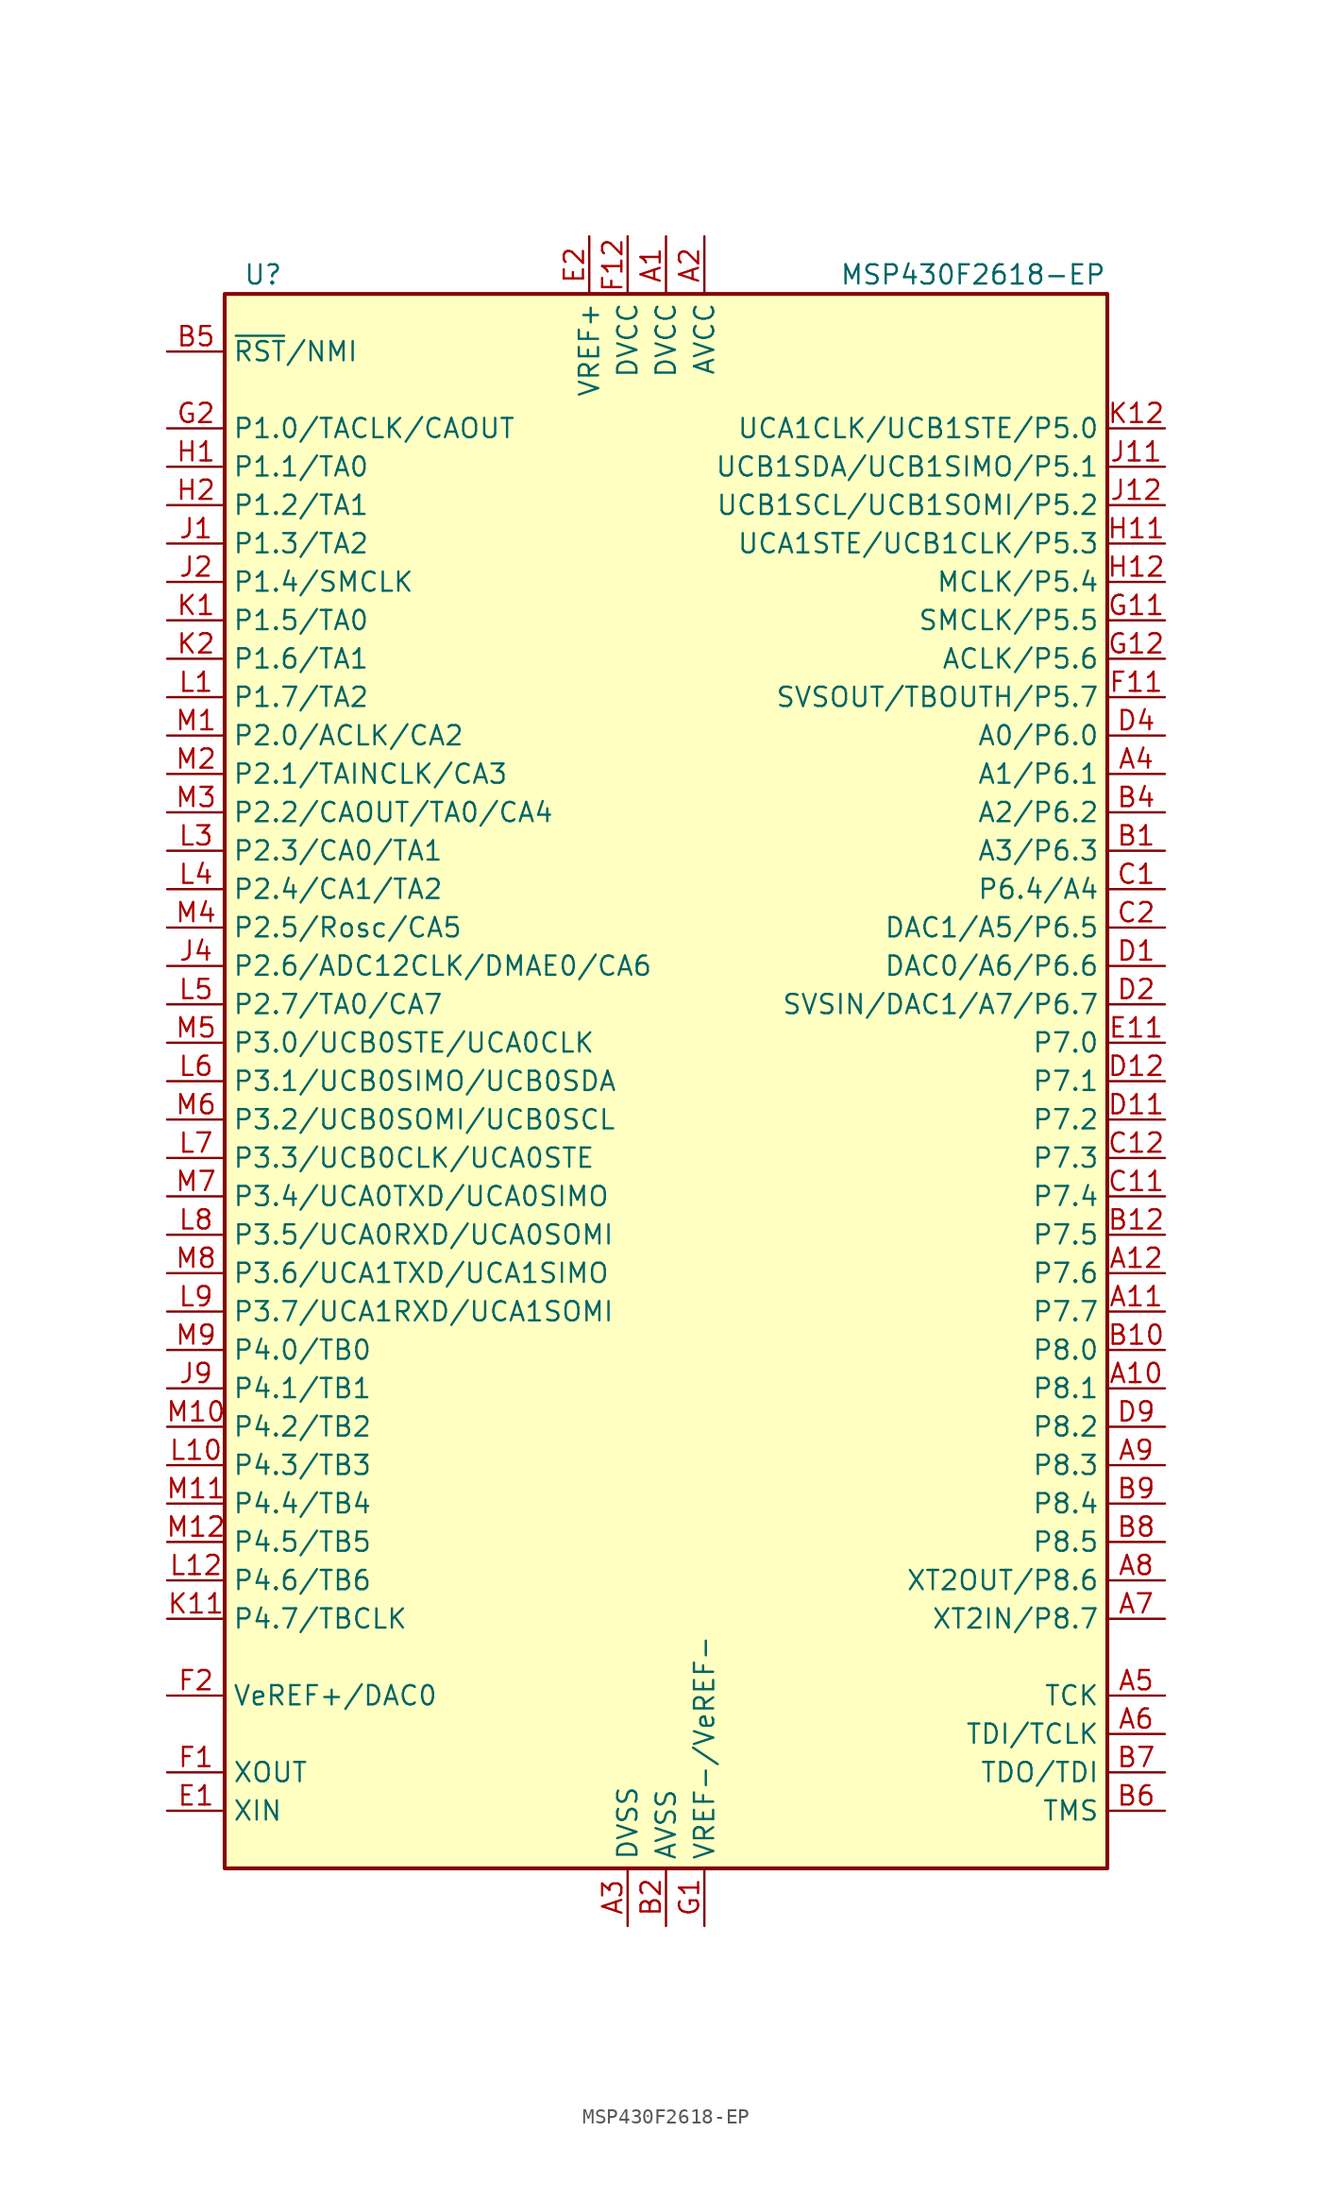
<source format=kicad_sym>
(kicad_symbol_lib
  (version 20201005)
  (generator kicad_symbol_editor)
  (symbol "MCU_Texas_MSP430:MSP430F2618-EP"
    (property "Reference" "U"
      (at -26.67 53.34 0)
      (effects (font (size 1.27 1.27))))
    (property "Value" "MSP430F2618-EP"
      (at 20.32 53.34 0)
      (effects (font (size 1.27 1.27))))
    (symbol "MSP430F2618-EP_0_1"
      (rectangle (start -29.21 52.07) (end 29.21 -52.07) (stroke (width 0.254)) (fill (type background))))
    (symbol "MSP430F2618-EP_1_1"
      (pin power_in line (at 0 55.88 270) (length 3.81) (name "DVCC" (effects (font (size 1.27 1.27)))) (number "A1" (effects (font (size 1.27 1.27)))))
      (pin bidirectional line (at 33.02 -20.32 180) (length 3.81) (name "P8.1" (effects (font (size 1.27 1.27)))) (number "A10" (effects (font (size 1.27 1.27)))))
      (pin bidirectional line (at 33.02 -15.24 180) (length 3.81) (name "P7.7" (effects (font (size 1.27 1.27)))) (number "A11" (effects (font (size 1.27 1.27)))))
      (pin bidirectional line (at 33.02 -12.7 180) (length 3.81) (name "P7.6" (effects (font (size 1.27 1.27)))) (number "A12" (effects (font (size 1.27 1.27)))))
      (pin power_in line (at 2.54 55.88 270) (length 3.81) (name "AVCC" (effects (font (size 1.27 1.27)))) (number "A2" (effects (font (size 1.27 1.27)))))
      (pin power_in line (at -2.54 -55.88 90) (length 3.81) (name "DVSS" (effects (font (size 1.27 1.27)))) (number "A3" (effects (font (size 1.27 1.27)))))
      (pin bidirectional line (at 33.02 20.32 180) (length 3.81) (name "A1/P6.1" (effects (font (size 1.27 1.27)))) (number "A4" (effects (font (size 1.27 1.27)))))
      (pin input line (at 33.02 -40.64 180) (length 3.81) (name "TCK" (effects (font (size 1.27 1.27)))) (number "A5" (effects (font (size 1.27 1.27)))))
      (pin input line (at 33.02 -43.18 180) (length 3.81) (name "TDI/TCLK" (effects (font (size 1.27 1.27)))) (number "A6" (effects (font (size 1.27 1.27)))))
      (pin bidirectional line (at 33.02 -35.56 180) (length 3.81) (name "XT2IN/P8.7" (effects (font (size 1.27 1.27)))) (number "A7" (effects (font (size 1.27 1.27)))))
      (pin bidirectional line (at 33.02 -33.02 180) (length 3.81) (name "XT2OUT/P8.6" (effects (font (size 1.27 1.27)))) (number "A8" (effects (font (size 1.27 1.27)))))
      (pin bidirectional line (at 33.02 -25.4 180) (length 3.81) (name "P8.3" (effects (font (size 1.27 1.27)))) (number "A9" (effects (font (size 1.27 1.27)))))
      (pin bidirectional line (at 33.02 15.24 180) (length 3.81) (name "A3/P6.3" (effects (font (size 1.27 1.27)))) (number "B1" (effects (font (size 1.27 1.27)))))
      (pin bidirectional line (at 33.02 -17.78 180) (length 3.81) (name "P8.0" (effects (font (size 1.27 1.27)))) (number "B10" (effects (font (size 1.27 1.27)))))
      (pin power_in line (at -2.54 -55.88 90) (length 3.81) hide (name "DVSS" (effects (font (size 1.27 1.27)))) (number "B11" (effects (font (size 1.27 1.27)))))
      (pin bidirectional line (at 33.02 -10.16 180) (length 3.81) (name "P7.5" (effects (font (size 1.27 1.27)))) (number "B12" (effects (font (size 1.27 1.27)))))
      (pin power_in line (at 0 -55.88 90) (length 3.81) (name "AVSS" (effects (font (size 1.27 1.27)))) (number "B2" (effects (font (size 1.27 1.27)))))
      (pin power_in line (at 0 -55.88 90) (length 3.81) hide (name "AVSS" (effects (font (size 1.27 1.27)))) (number "B3" (effects (font (size 1.27 1.27)))))
      (pin bidirectional line (at 33.02 17.78 180) (length 3.81) (name "A2/P6.2" (effects (font (size 1.27 1.27)))) (number "B4" (effects (font (size 1.27 1.27)))))
      (pin input line (at -33.02 48.26 0) (length 3.81) (name "~RST~/NMI" (effects (font (size 1.27 1.27)))) (number "B5" (effects (font (size 1.27 1.27)))))
      (pin input line (at 33.02 -48.26 180) (length 3.81) (name "TMS" (effects (font (size 1.27 1.27)))) (number "B6" (effects (font (size 1.27 1.27)))))
      (pin bidirectional line (at 33.02 -45.72 180) (length 3.81) (name "TDO/TDI" (effects (font (size 1.27 1.27)))) (number "B7" (effects (font (size 1.27 1.27)))))
      (pin bidirectional line (at 33.02 -30.48 180) (length 3.81) (name "P8.5" (effects (font (size 1.27 1.27)))) (number "B8" (effects (font (size 1.27 1.27)))))
      (pin bidirectional line (at 33.02 -27.94 180) (length 3.81) (name "P8.4" (effects (font (size 1.27 1.27)))) (number "B9" (effects (font (size 1.27 1.27)))))
      (pin bidirectional line (at 33.02 12.7 180) (length 3.81) (name "P6.4/A4" (effects (font (size 1.27 1.27)))) (number "C1" (effects (font (size 1.27 1.27)))))
      (pin bidirectional line (at 33.02 -7.62 180) (length 3.81) (name "P7.4" (effects (font (size 1.27 1.27)))) (number "C11" (effects (font (size 1.27 1.27)))))
      (pin bidirectional line (at 33.02 -5.08 180) (length 3.81) (name "P7.3" (effects (font (size 1.27 1.27)))) (number "C12" (effects (font (size 1.27 1.27)))))
      (pin bidirectional line (at 33.02 10.16 180) (length 3.81) (name "DAC1/A5/P6.5" (effects (font (size 1.27 1.27)))) (number "C2" (effects (font (size 1.27 1.27)))))
      (pin bidirectional line (at 33.02 10.16 180) (length 3.81) hide (name "DAC1/A5/P6.5" (effects (font (size 1.27 1.27)))) (number "C3" (effects (font (size 1.27 1.27)))))
      (pin bidirectional line (at 33.02 7.62 180) (length 3.81) (name "DAC0/A6/P6.6" (effects (font (size 1.27 1.27)))) (number "D1" (effects (font (size 1.27 1.27)))))
      (pin bidirectional line (at 33.02 -2.54 180) (length 3.81) (name "P7.2" (effects (font (size 1.27 1.27)))) (number "D11" (effects (font (size 1.27 1.27)))))
      (pin bidirectional line (at 33.02 0 180) (length 3.81) (name "P7.1" (effects (font (size 1.27 1.27)))) (number "D12" (effects (font (size 1.27 1.27)))))
      (pin bidirectional line (at 33.02 5.08 180) (length 3.81) (name "SVSIN/DAC1/A7/P6.7" (effects (font (size 1.27 1.27)))) (number "D2" (effects (font (size 1.27 1.27)))))
      (pin bidirectional line (at 33.02 22.86 180) (length 3.81) (name "A0/P6.0" (effects (font (size 1.27 1.27)))) (number "D4" (effects (font (size 1.27 1.27)))))
      (pin power_in line (at -2.54 -55.88 90) (length 3.81) hide (name "DVSS" (effects (font (size 1.27 1.27)))) (number "D5" (effects (font (size 1.27 1.27)))))
      (pin power_in line (at -2.54 -55.88 90) (length 3.81) hide (name "DVSS" (effects (font (size 1.27 1.27)))) (number "D6" (effects (font (size 1.27 1.27)))))
      (pin power_in line (at -2.54 -55.88 90) (length 3.81) hide (name "DVSS" (effects (font (size 1.27 1.27)))) (number "D7" (effects (font (size 1.27 1.27)))))
      (pin power_in line (at -2.54 -55.88 90) (length 3.81) hide (name "DVSS" (effects (font (size 1.27 1.27)))) (number "D8" (effects (font (size 1.27 1.27)))))
      (pin bidirectional line (at 33.02 -22.86 180) (length 3.81) (name "P8.2" (effects (font (size 1.27 1.27)))) (number "D9" (effects (font (size 1.27 1.27)))))
      (pin input line (at -33.02 -48.26 0) (length 3.81) (name "XIN" (effects (font (size 1.27 1.27)))) (number "E1" (effects (font (size 1.27 1.27)))))
      (pin power_in line (at 33.02 2.54 180) (length 3.81) (name "P7.0" (effects (font (size 1.27 1.27)))) (number "E11" (effects (font (size 1.27 1.27)))))
      (pin power_in line (at -2.54 -55.88 90) (length 3.81) hide (name "DVSS" (effects (font (size 1.27 1.27)))) (number "E12" (effects (font (size 1.27 1.27)))))
      (pin power_in line (at -5.08 55.88 270) (length 3.81) (name "VREF+" (effects (font (size 1.27 1.27)))) (number "E2" (effects (font (size 1.27 1.27)))))
      (pin power_in line (at -2.54 -55.88 90) (length 3.81) hide (name "DVSS" (effects (font (size 1.27 1.27)))) (number "E4" (effects (font (size 1.27 1.27)))))
      (pin power_in line (at -2.54 -55.88 90) (length 3.81) hide (name "DVSS" (effects (font (size 1.27 1.27)))) (number "E5" (effects (font (size 1.27 1.27)))))
      (pin power_in line (at -2.54 -55.88 90) (length 3.81) hide (name "DVSS" (effects (font (size 1.27 1.27)))) (number "E6" (effects (font (size 1.27 1.27)))))
      (pin power_in line (at -2.54 -55.88 90) (length 3.81) hide (name "DVSS" (effects (font (size 1.27 1.27)))) (number "E7" (effects (font (size 1.27 1.27)))))
      (pin power_in line (at -2.54 -55.88 90) (length 3.81) hide (name "DVSS" (effects (font (size 1.27 1.27)))) (number "E8" (effects (font (size 1.27 1.27)))))
      (pin power_in line (at -2.54 -55.88 90) (length 3.81) hide (name "DVSS" (effects (font (size 1.27 1.27)))) (number "E9" (effects (font (size 1.27 1.27)))))
      (pin output line (at -33.02 -45.72 0) (length 3.81) (name "XOUT" (effects (font (size 1.27 1.27)))) (number "F1" (effects (font (size 1.27 1.27)))))
      (pin bidirectional line (at 33.02 25.4 180) (length 3.81) (name "SVSOUT/TBOUTH/P5.7" (effects (font (size 1.27 1.27)))) (number "F11" (effects (font (size 1.27 1.27)))))
      (pin power_in line (at -2.54 55.88 270) (length 3.81) (name "DVCC" (effects (font (size 1.27 1.27)))) (number "F12" (effects (font (size 1.27 1.27)))))
      (pin bidirectional line (at -33.02 -40.64 0) (length 3.81) (name "VeREF+/DAC0" (effects (font (size 1.27 1.27)))) (number "F2" (effects (font (size 1.27 1.27)))))
      (pin power_in line (at -2.54 -55.88 90) (length 3.81) hide (name "DVSS" (effects (font (size 1.27 1.27)))) (number "F4" (effects (font (size 1.27 1.27)))))
      (pin power_in line (at -2.54 -55.88 90) (length 3.81) hide (name "DVSS" (effects (font (size 1.27 1.27)))) (number "F5" (effects (font (size 1.27 1.27)))))
      (pin power_in line (at -2.54 -55.88 90) (length 3.81) hide (name "DVSS" (effects (font (size 1.27 1.27)))) (number "F8" (effects (font (size 1.27 1.27)))))
      (pin power_in line (at -2.54 -55.88 90) (length 3.81) hide (name "DVSS" (effects (font (size 1.27 1.27)))) (number "F9" (effects (font (size 1.27 1.27)))))
      (pin bidirectional line (at 2.54 -55.88 90) (length 3.81) (name "VREF-/VeREF-" (effects (font (size 1.27 1.27)))) (number "G1" (effects (font (size 1.27 1.27)))))
      (pin bidirectional line (at 33.02 30.48 180) (length 3.81) (name "SMCLK/P5.5" (effects (font (size 1.27 1.27)))) (number "G11" (effects (font (size 1.27 1.27)))))
      (pin bidirectional line (at 33.02 27.94 180) (length 3.81) (name "ACLK/P5.6" (effects (font (size 1.27 1.27)))) (number "G12" (effects (font (size 1.27 1.27)))))
      (pin bidirectional line (at -33.02 43.18 0) (length 3.81) (name "P1.0/TACLK/CAOUT" (effects (font (size 1.27 1.27)))) (number "G2" (effects (font (size 1.27 1.27)))))
      (pin power_in line (at -2.54 -55.88 90) (length 3.81) hide (name "DVSS" (effects (font (size 1.27 1.27)))) (number "G4" (effects (font (size 1.27 1.27)))))
      (pin power_in line (at -2.54 -55.88 90) (length 3.81) hide (name "DVSS" (effects (font (size 1.27 1.27)))) (number "G5" (effects (font (size 1.27 1.27)))))
      (pin power_in line (at -2.54 -55.88 90) (length 3.81) hide (name "DVSS" (effects (font (size 1.27 1.27)))) (number "G8" (effects (font (size 1.27 1.27)))))
      (pin power_in line (at -2.54 -55.88 90) (length 3.81) hide (name "DVSS" (effects (font (size 1.27 1.27)))) (number "G9" (effects (font (size 1.27 1.27)))))
      (pin bidirectional line (at -33.02 40.64 0) (length 3.81) (name "P1.1/TA0" (effects (font (size 1.27 1.27)))) (number "H1" (effects (font (size 1.27 1.27)))))
      (pin bidirectional line (at 33.02 35.56 180) (length 3.81) (name "UCA1STE/UCB1CLK/P5.3" (effects (font (size 1.27 1.27)))) (number "H11" (effects (font (size 1.27 1.27)))))
      (pin bidirectional line (at 33.02 33.02 180) (length 3.81) (name "MCLK/P5.4" (effects (font (size 1.27 1.27)))) (number "H12" (effects (font (size 1.27 1.27)))))
      (pin bidirectional line (at -33.02 38.1 0) (length 3.81) (name "P1.2/TA1" (effects (font (size 1.27 1.27)))) (number "H2" (effects (font (size 1.27 1.27)))))
      (pin power_in line (at -2.54 -55.88 90) (length 3.81) hide (name "DVSS" (effects (font (size 1.27 1.27)))) (number "H4" (effects (font (size 1.27 1.27)))))
      (pin power_in line (at -2.54 -55.88 90) (length 3.81) hide (name "DVSS" (effects (font (size 1.27 1.27)))) (number "H5" (effects (font (size 1.27 1.27)))))
      (pin power_in line (at -2.54 -55.88 90) (length 3.81) hide (name "DVSS" (effects (font (size 1.27 1.27)))) (number "H6" (effects (font (size 1.27 1.27)))))
      (pin power_in line (at -2.54 -55.88 90) (length 3.81) hide (name "DVSS" (effects (font (size 1.27 1.27)))) (number "H7" (effects (font (size 1.27 1.27)))))
      (pin power_in line (at -2.54 -55.88 90) (length 3.81) hide (name "DVSS" (effects (font (size 1.27 1.27)))) (number "H8" (effects (font (size 1.27 1.27)))))
      (pin power_in line (at -2.54 -55.88 90) (length 3.81) hide (name "DVSS" (effects (font (size 1.27 1.27)))) (number "H9" (effects (font (size 1.27 1.27)))))
      (pin bidirectional line (at -33.02 35.56 0) (length 3.81) (name "P1.3/TA2" (effects (font (size 1.27 1.27)))) (number "J1" (effects (font (size 1.27 1.27)))))
      (pin bidirectional line (at 33.02 40.64 180) (length 3.81) (name "UCB1SDA/UCB1SIMO/P5.1" (effects (font (size 1.27 1.27)))) (number "J11" (effects (font (size 1.27 1.27)))))
      (pin bidirectional line (at 33.02 38.1 180) (length 3.81) (name "UCB1SCL/UCB1SOMI/P5.2" (effects (font (size 1.27 1.27)))) (number "J12" (effects (font (size 1.27 1.27)))))
      (pin bidirectional line (at -33.02 33.02 0) (length 3.81) (name "P1.4/SMCLK" (effects (font (size 1.27 1.27)))) (number "J2" (effects (font (size 1.27 1.27)))))
      (pin bidirectional line (at -33.02 7.62 0) (length 3.81) (name "P2.6/ADC12CLK/DMAE0/CA6" (effects (font (size 1.27 1.27)))) (number "J4" (effects (font (size 1.27 1.27)))))
      (pin power_in line (at -2.54 -55.88 90) (length 3.81) hide (name "DVSS" (effects (font (size 1.27 1.27)))) (number "J5" (effects (font (size 1.27 1.27)))))
      (pin power_in line (at -2.54 -55.88 90) (length 3.81) hide (name "DVSS" (effects (font (size 1.27 1.27)))) (number "J6" (effects (font (size 1.27 1.27)))))
      (pin power_in line (at -2.54 -55.88 90) (length 3.81) hide (name "DVSS" (effects (font (size 1.27 1.27)))) (number "J7" (effects (font (size 1.27 1.27)))))
      (pin power_in line (at -2.54 -55.88 90) (length 3.81) hide (name "DVSS" (effects (font (size 1.27 1.27)))) (number "J8" (effects (font (size 1.27 1.27)))))
      (pin bidirectional line (at -33.02 -20.32 0) (length 3.81) (name "P4.1/TB1" (effects (font (size 1.27 1.27)))) (number "J9" (effects (font (size 1.27 1.27)))))
      (pin bidirectional line (at -33.02 30.48 0) (length 3.81) (name "P1.5/TA0" (effects (font (size 1.27 1.27)))) (number "K1" (effects (font (size 1.27 1.27)))))
      (pin bidirectional line (at -33.02 -35.56 0) (length 3.81) (name "P4.7/TBCLK" (effects (font (size 1.27 1.27)))) (number "K11" (effects (font (size 1.27 1.27)))))
      (pin bidirectional line (at 33.02 43.18 180) (length 3.81) (name "UCA1CLK/UCB1STE/P5.0" (effects (font (size 1.27 1.27)))) (number "K12" (effects (font (size 1.27 1.27)))))
      (pin bidirectional line (at -33.02 27.94 0) (length 3.81) (name "P1.6/TA1" (effects (font (size 1.27 1.27)))) (number "K2" (effects (font (size 1.27 1.27)))))
      (pin bidirectional line (at -33.02 25.4 0) (length 3.81) (name "P1.7/TA2" (effects (font (size 1.27 1.27)))) (number "L1" (effects (font (size 1.27 1.27)))))
      (pin bidirectional line (at -33.02 -25.4 0) (length 3.81) (name "P4.3/TB3" (effects (font (size 1.27 1.27)))) (number "L10" (effects (font (size 1.27 1.27)))))
      (pin power_in line (at -2.54 -55.88 90) (length 3.81) hide (name "DVSS" (effects (font (size 1.27 1.27)))) (number "L11" (effects (font (size 1.27 1.27)))))
      (pin bidirectional line (at -33.02 -33.02 0) (length 3.81) (name "P4.6/TB6" (effects (font (size 1.27 1.27)))) (number "L12" (effects (font (size 1.27 1.27)))))
      (pin power_in line (at -2.54 -55.88 90) (length 3.81) hide (name "DVSS" (effects (font (size 1.27 1.27)))) (number "L2" (effects (font (size 1.27 1.27)))))
      (pin bidirectional line (at -33.02 15.24 0) (length 3.81) (name "P2.3/CA0/TA1" (effects (font (size 1.27 1.27)))) (number "L3" (effects (font (size 1.27 1.27)))))
      (pin bidirectional line (at -33.02 12.7 0) (length 3.81) (name "P2.4/CA1/TA2" (effects (font (size 1.27 1.27)))) (number "L4" (effects (font (size 1.27 1.27)))))
      (pin bidirectional line (at -33.02 5.08 0) (length 3.81) (name "P2.7/TA0/CA7" (effects (font (size 1.27 1.27)))) (number "L5" (effects (font (size 1.27 1.27)))))
      (pin bidirectional line (at -33.02 0 0) (length 3.81) (name "P3.1/UCB0SIMO/UCB0SDA" (effects (font (size 1.27 1.27)))) (number "L6" (effects (font (size 1.27 1.27)))))
      (pin bidirectional line (at -33.02 -5.08 0) (length 3.81) (name "P3.3/UCB0CLK/UCA0STE" (effects (font (size 1.27 1.27)))) (number "L7" (effects (font (size 1.27 1.27)))))
      (pin bidirectional line (at -33.02 -10.16 0) (length 3.81) (name "P3.5/UCA0RXD/UCA0SOMI" (effects (font (size 1.27 1.27)))) (number "L8" (effects (font (size 1.27 1.27)))))
      (pin bidirectional line (at -33.02 -15.24 0) (length 3.81) (name "P3.7/UCA1RXD/UCA1SOMI" (effects (font (size 1.27 1.27)))) (number "L9" (effects (font (size 1.27 1.27)))))
      (pin bidirectional line (at -33.02 22.86 0) (length 3.81) (name "P2.0/ACLK/CA2" (effects (font (size 1.27 1.27)))) (number "M1" (effects (font (size 1.27 1.27)))))
      (pin bidirectional line (at -33.02 -22.86 0) (length 3.81) (name "P4.2/TB2" (effects (font (size 1.27 1.27)))) (number "M10" (effects (font (size 1.27 1.27)))))
      (pin bidirectional line (at -33.02 -27.94 0) (length 3.81) (name "P4.4/TB4" (effects (font (size 1.27 1.27)))) (number "M11" (effects (font (size 1.27 1.27)))))
      (pin bidirectional line (at -33.02 -30.48 0) (length 3.81) (name "P4.5/TB5" (effects (font (size 1.27 1.27)))) (number "M12" (effects (font (size 1.27 1.27)))))
      (pin bidirectional line (at -33.02 20.32 0) (length 3.81) (name "P2.1/TAINCLK/CA3" (effects (font (size 1.27 1.27)))) (number "M2" (effects (font (size 1.27 1.27)))))
      (pin bidirectional line (at -33.02 17.78 0) (length 3.81) (name "P2.2/CAOUT/TA0/CA4" (effects (font (size 1.27 1.27)))) (number "M3" (effects (font (size 1.27 1.27)))))
      (pin bidirectional line (at -33.02 10.16 0) (length 3.81) (name "P2.5/Rosc/CA5" (effects (font (size 1.27 1.27)))) (number "M4" (effects (font (size 1.27 1.27)))))
      (pin bidirectional line (at -33.02 2.54 0) (length 3.81) (name "P3.0/UCB0STE/UCA0CLK" (effects (font (size 1.27 1.27)))) (number "M5" (effects (font (size 1.27 1.27)))))
      (pin bidirectional line (at -33.02 -2.54 0) (length 3.81) (name "P3.2/UCB0SOMI/UCB0SCL" (effects (font (size 1.27 1.27)))) (number "M6" (effects (font (size 1.27 1.27)))))
      (pin bidirectional line (at -33.02 -7.62 0) (length 3.81) (name "P3.4/UCA0TXD/UCA0SIMO" (effects (font (size 1.27 1.27)))) (number "M7" (effects (font (size 1.27 1.27)))))
      (pin bidirectional line (at -33.02 -12.7 0) (length 3.81) (name "P3.6/UCA1TXD/UCA1SIMO" (effects (font (size 1.27 1.27)))) (number "M8" (effects (font (size 1.27 1.27)))))
      (pin bidirectional line (at -33.02 -17.78 0) (length 3.81) (name "P4.0/TB0" (effects (font (size 1.27 1.27)))) (number "M9" (effects (font (size 1.27 1.27))))))))
</source>
